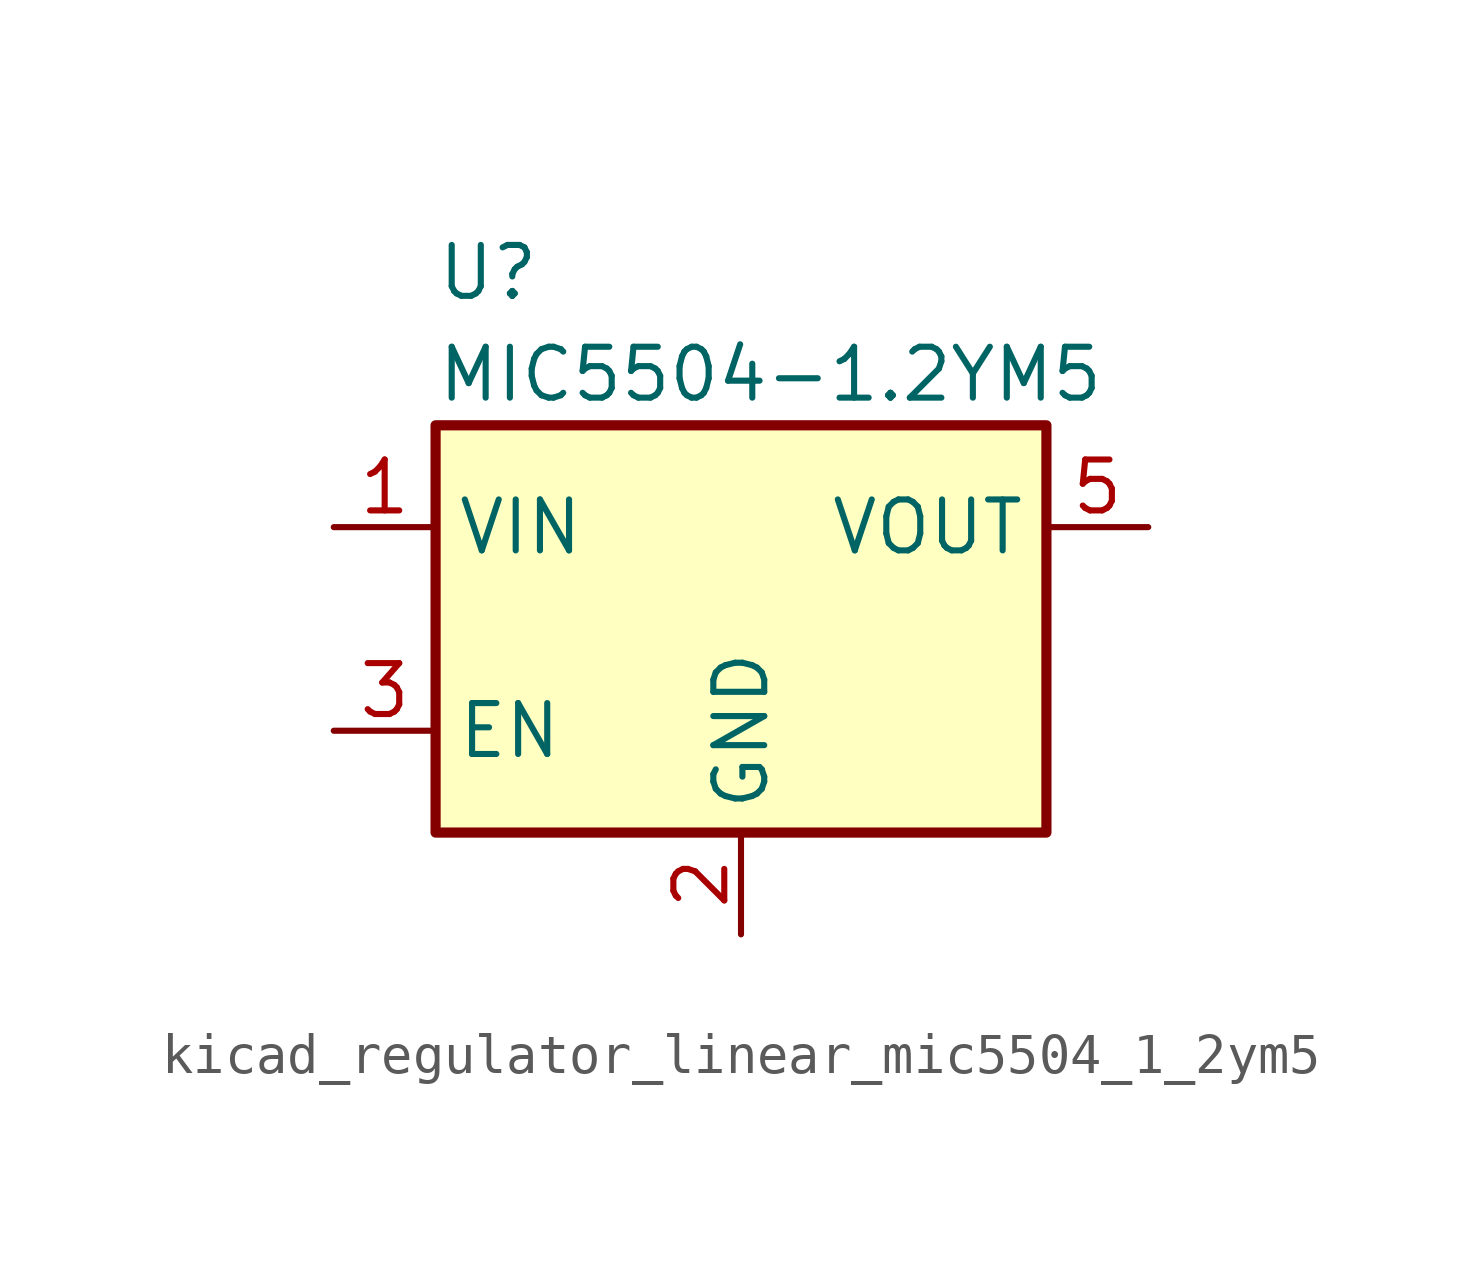
<source format=kicad_sym>
(kicad_symbol_lib
  (version 20220914)
  (generator kicad_symbol_editor)
  (symbol "kicad_regulator_linear_mic5504_1_2ym5"
    (property "Reference" "U"
      (at -7.62 8.89 0)
      (effects (font (size 1.27 1.27)) (justify left)))
    (property "Value" "MIC5504-1.2YM5"
      (at -7.62 6.35 0)
      (effects (font (size 1.27 1.27)) (justify left)))
    (symbol "kicad_regulator_linear_mic5504_1_2ym5_0_1"
      (rectangle (start -7.62 -5.08) (end 7.62 5.08) (stroke (width 0.254) (type default)) (fill (type background))))
    (symbol "kicad_regulator_linear_mic5504_1_2ym5_1_1"
      (pin power_in line (at -10.16 2.54 0) (length 2.54) (name "VIN" (effects (font (size 1.27 1.27)))) (number "1" (effects (font (size 1.27 1.27)))))
      (pin power_in line (at 0 -7.62 90) (length 2.54) (name "GND" (effects (font (size 1.27 1.27)))) (number "2" (effects (font (size 1.27 1.27)))))
      (pin input line (at -10.16 -2.54 0) (length 2.54) (name "EN" (effects (font (size 1.27 1.27)))) (number "3" (effects (font (size 1.27 1.27)))))
      (pin no_connect line (at 7.62 -2.54 180) (length 2.54) hide (name "NC" (effects (font (size 1.27 1.27)))) (number "4" (effects (font (size 1.27 1.27)))))
      (pin power_out line (at 10.16 2.54 180) (length 2.54) (name "VOUT" (effects (font (size 1.27 1.27)))) (number "5" (effects (font (size 1.27 1.27))))))))
</source>
